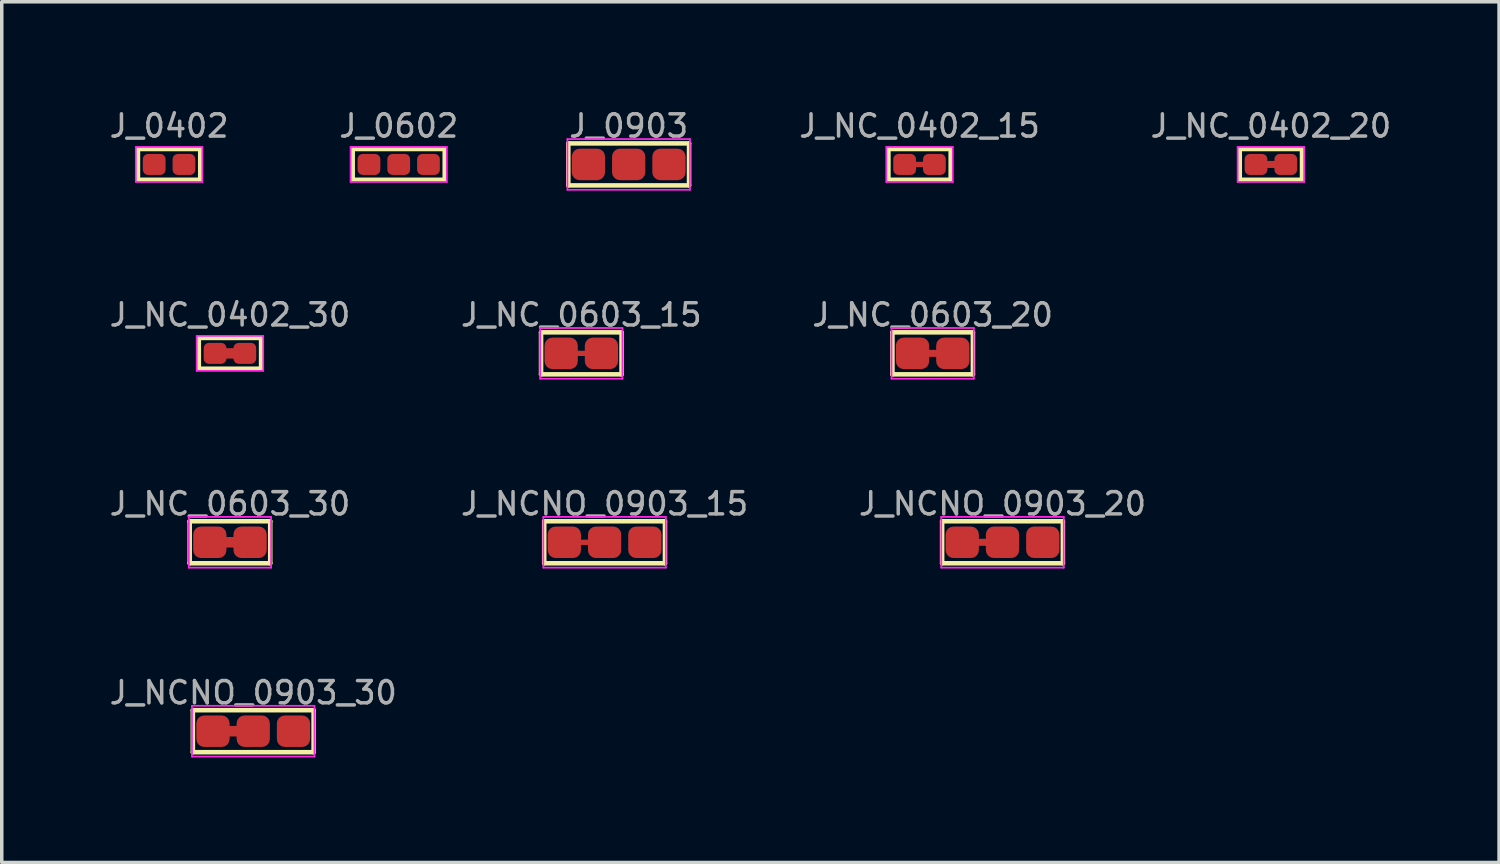
<source format=kicad_pcb>
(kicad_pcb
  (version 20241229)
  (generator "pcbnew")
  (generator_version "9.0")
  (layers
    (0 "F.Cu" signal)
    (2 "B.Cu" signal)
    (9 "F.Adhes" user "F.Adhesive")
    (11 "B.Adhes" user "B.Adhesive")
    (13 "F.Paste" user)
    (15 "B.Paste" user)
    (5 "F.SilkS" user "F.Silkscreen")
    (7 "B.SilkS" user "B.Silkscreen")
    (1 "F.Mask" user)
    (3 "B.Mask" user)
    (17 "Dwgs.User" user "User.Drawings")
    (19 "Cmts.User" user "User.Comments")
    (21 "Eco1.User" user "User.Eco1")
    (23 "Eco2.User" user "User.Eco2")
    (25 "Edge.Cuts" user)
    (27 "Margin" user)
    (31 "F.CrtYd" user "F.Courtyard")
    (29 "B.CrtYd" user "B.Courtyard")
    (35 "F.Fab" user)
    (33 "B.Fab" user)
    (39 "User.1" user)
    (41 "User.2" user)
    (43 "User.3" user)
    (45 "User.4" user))
  (footprint "J_NC_0402_30"
    (layer "F.Cu")
    (at 3.519 7.044)
    (property "Reference" "J_NC_0402_30" (at 0 -1.1 0) (layer "F.Fab") (effects (font (size 0.635 0.635) (thickness 0.1))))
    (attr smd)
    (fp_line (start -0.2 0) (end 0.2 0) (stroke (width 0.3) (type solid)) (layer "F.Cu"))
    (fp_poly (pts (xy -0.05 -0.2) (xy 0.05 -0.2) (xy 0.05 0.2) (xy -0.05 0.2)) (stroke (width 0.15) (type solid)) (fill yes) (layer "F.Mask"))
    (fp_line (start -0.89 -0.44) (end -0.89 0.44) (stroke (width 0.13) (type solid)) (layer "F.SilkS"))
    (fp_line (start -0.89 -0.44) (end 0.89 -0.44) (stroke (width 0.13) (type solid)) (layer "F.SilkS"))
    (fp_line (start 0.89 -0.44) (end 0.89 0.44) (stroke (width 0.13) (type solid)) (layer "F.SilkS"))
    (fp_line (start 0.89 0.44) (end -0.89 0.44) (stroke (width 0.13) (type solid)) (layer "F.SilkS"))
    (fp_line (start -0.95 -0.5) (end -0.95 0.5) (stroke (width 0.05) (type solid)) (layer "F.CrtYd"))
    (fp_line (start -0.95 -0.5) (end 0.95 -0.5) (stroke (width 0.05) (type solid)) (layer "F.CrtYd"))
    (fp_line (start -0.95 0.5) (end 0.95 0.5) (stroke (width 0.05) (type solid)) (layer "F.CrtYd"))
    (fp_line (start 0.95 -0.5) (end 0.95 0.5) (stroke (width 0.05) (type solid)) (layer "F.CrtYd"))
    (pad "1" smd roundrect (at -0.425 0) (size 0.65 0.6) (layers "F.Cu" "F.Mask") (roundrect_rratio 0.25))
    (pad "2" smd roundrect (at 0.425 0) (size 0.65 0.6) (layers "F.Cu" "F.Mask") (roundrect_rratio 0.25)))
  (footprint "J_NC_0402_20"
    (layer "F.Cu")
    (at 33.255 1.647)
    (property "Reference" "J_NC_0402_20" (at 0 -1.1 0) (layer "F.Fab") (effects (font (size 0.635 0.635) (thickness 0.1))))
    (attr smd)
    (fp_line (start -0.2 0) (end 0.2 0) (stroke (width 0.2) (type solid)) (layer "F.Cu"))
    (fp_poly (pts (xy -0.05 -0.2) (xy 0.05 -0.2) (xy 0.05 0.2) (xy -0.05 0.2)) (stroke (width 0.15) (type solid)) (fill yes) (layer "F.Mask"))
    (fp_line (start -0.89 -0.44) (end -0.89 0.44) (stroke (width 0.13) (type solid)) (layer "F.SilkS"))
    (fp_line (start -0.89 -0.44) (end 0.89 -0.44) (stroke (width 0.13) (type solid)) (layer "F.SilkS"))
    (fp_line (start 0.89 -0.44) (end 0.89 0.44) (stroke (width 0.13) (type solid)) (layer "F.SilkS"))
    (fp_line (start 0.89 0.44) (end -0.89 0.44) (stroke (width 0.13) (type solid)) (layer "F.SilkS"))
    (fp_line (start -0.95 -0.5) (end -0.95 0.5) (stroke (width 0.05) (type solid)) (layer "F.CrtYd"))
    (fp_line (start -0.95 -0.5) (end 0.95 -0.5) (stroke (width 0.05) (type solid)) (layer "F.CrtYd"))
    (fp_line (start -0.95 0.5) (end 0.95 0.5) (stroke (width 0.05) (type solid)) (layer "F.CrtYd"))
    (fp_line (start 0.95 -0.5) (end 0.95 0.5) (stroke (width 0.05) (type solid)) (layer "F.CrtYd"))
    (pad "1" smd roundrect (at -0.425 0) (size 0.65 0.6) (layers "F.Cu" "F.Mask") (roundrect_rratio 0.25))
    (pad "2" smd roundrect (at 0.425 0) (size 0.65 0.6) (layers "F.Cu" "F.Mask") (roundrect_rratio 0.25)))
  (footprint "J_NC_0603_30"
    (layer "F.Cu")
    (at 3.519 12.441)
    (property "Reference" "J_NC_0603_30" (at 0 -1.1 0) (layer "F.Fab") (effects (font (size 0.635 0.635) (thickness 0.1))))
    (attr smd)
    (fp_line (start -0.2 0) (end 0.2 0) (stroke (width 0.3) (type solid)) (layer "F.Cu"))
    (fp_poly (pts (xy -0.05 -0.25) (xy 0.05 -0.25) (xy 0.05 0.25) (xy -0.05 0.25)) (stroke (width 0.15) (type solid)) (fill yes) (layer "F.Mask"))
    (fp_line (start -1.15 -0.6) (end -1.15 0.6) (stroke (width 0.13) (type solid)) (layer "F.SilkS"))
    (fp_line (start -1.15 -0.6) (end 1.15 -0.6) (stroke (width 0.13) (type solid)) (layer "F.SilkS"))
    (fp_line (start 1.15 -0.6) (end 1.15 0.6) (stroke (width 0.13) (type solid)) (layer "F.SilkS"))
    (fp_line (start 1.15 0.6) (end -1.15 0.6) (stroke (width 0.13) (type solid)) (layer "F.SilkS"))
    (fp_line (start -1.175 -0.725) (end -1.175 0.725) (stroke (width 0.05) (type solid)) (layer "F.CrtYd"))
    (fp_line (start -1.175 -0.725) (end 1.175 -0.725) (stroke (width 0.05) (type solid)) (layer "F.CrtYd"))
    (fp_line (start -1.175 0.725) (end 1.175 0.725) (stroke (width 0.05) (type solid)) (layer "F.CrtYd"))
    (fp_line (start 1.175 -0.725) (end 1.175 0.725) (stroke (width 0.05) (type solid)) (layer "F.CrtYd"))
    (pad "1" smd roundrect (at -0.575 0) (size 0.95 0.9) (layers "F.Cu" "F.Mask") (roundrect_rratio 0.25))
    (pad "2" smd roundrect (at 0.575 0) (size 0.95 0.9) (layers "F.Cu" "F.Mask") (roundrect_rratio 0.25)))
  (footprint "J_NC_0603_15"
    (layer "F.Cu")
    (at 13.556 7.044)
    (property "Reference" "J_NC_0603_15" (at 0 -1.1 0) (layer "F.Fab") (effects (font (size 0.635 0.635) (thickness 0.1))))
    (attr smd)
    (fp_line (start -0.2 0) (end 0.2 0) (stroke (width 0.15) (type solid)) (layer "F.Cu"))
    (fp_poly (pts (xy -0.05 -0.25) (xy 0.05 -0.25) (xy 0.05 0.25) (xy -0.05 0.25)) (stroke (width 0.15) (type solid)) (fill yes) (layer "F.Mask"))
    (fp_line (start -1.15 -0.6) (end -1.15 0.6) (stroke (width 0.13) (type solid)) (layer "F.SilkS"))
    (fp_line (start -1.15 -0.6) (end 1.15 -0.6) (stroke (width 0.13) (type solid)) (layer "F.SilkS"))
    (fp_line (start 1.15 -0.6) (end 1.15 0.6) (stroke (width 0.13) (type solid)) (layer "F.SilkS"))
    (fp_line (start 1.15 0.6) (end -1.15 0.6) (stroke (width 0.13) (type solid)) (layer "F.SilkS"))
    (fp_line (start -1.175 -0.725) (end -1.175 0.725) (stroke (width 0.05) (type solid)) (layer "F.CrtYd"))
    (fp_line (start -1.175 -0.725) (end 1.175 -0.725) (stroke (width 0.05) (type solid)) (layer "F.CrtYd"))
    (fp_line (start -1.175 0.725) (end 1.175 0.725) (stroke (width 0.05) (type solid)) (layer "F.CrtYd"))
    (fp_line (start 1.175 -0.725) (end 1.175 0.725) (stroke (width 0.05) (type solid)) (layer "F.CrtYd"))
    (pad "1" smd roundrect (at -0.575 0) (size 0.95 0.9) (layers "F.Cu" "F.Mask") (roundrect_rratio 0.25))
    (pad "2" smd roundrect (at 0.575 0) (size 0.95 0.9) (layers "F.Cu" "F.Mask") (roundrect_rratio 0.25)))
  (footprint "J_NC_0402_15"
    (layer "F.Cu")
    (at 23.218 1.647)
    (property "Reference" "J_NC_0402_15" (at 0 -1.1 0) (layer "F.Fab") (effects (font (size 0.635 0.635) (thickness 0.1))))
    (attr smd)
    (fp_line (start -0.2 0) (end 0.2 0) (stroke (width 0.15) (type solid)) (layer "F.Cu"))
    (fp_poly (pts (xy -0.05 -0.2) (xy 0.05 -0.2) (xy 0.05 0.2) (xy -0.05 0.2)) (stroke (width 0.15) (type solid)) (fill yes) (layer "F.Mask"))
    (fp_line (start -0.89 -0.44) (end -0.89 0.44) (stroke (width 0.13) (type solid)) (layer "F.SilkS"))
    (fp_line (start -0.89 -0.44) (end 0.89 -0.44) (stroke (width 0.13) (type solid)) (layer "F.SilkS"))
    (fp_line (start 0.89 -0.44) (end 0.89 0.44) (stroke (width 0.13) (type solid)) (layer "F.SilkS"))
    (fp_line (start 0.89 0.44) (end -0.89 0.44) (stroke (width 0.13) (type solid)) (layer "F.SilkS"))
    (fp_line (start -0.95 -0.5) (end -0.95 0.5) (stroke (width 0.05) (type solid)) (layer "F.CrtYd"))
    (fp_line (start -0.95 -0.5) (end 0.95 -0.5) (stroke (width 0.05) (type solid)) (layer "F.CrtYd"))
    (fp_line (start -0.95 0.5) (end 0.95 0.5) (stroke (width 0.05) (type solid)) (layer "F.CrtYd"))
    (fp_line (start 0.95 -0.5) (end 0.95 0.5) (stroke (width 0.05) (type solid)) (layer "F.CrtYd"))
    (pad "1" smd roundrect (at -0.425 0) (size 0.65 0.6) (layers "F.Cu" "F.Mask") (roundrect_rratio 0.25))
    (pad "2" smd roundrect (at 0.425 0) (size 0.65 0.6) (layers "F.Cu" "F.Mask") (roundrect_rratio 0.25)))
  (footprint "J_0903"
    (layer "F.Cu")
    (at 14.909 1.647)
    (property "Reference" "J_0903" (at 0 -1.1 0) (layer "F.Fab") (effects (font (size 0.635 0.635) (thickness 0.1))))
    (attr smd)
    (fp_poly (pts (xy -0.625 -0.25) (xy -0.525 -0.25) (xy -0.525 0.25) (xy -0.625 0.25)) (stroke (width 0.15) (type solid)) (fill yes) (layer "F.Mask"))
    (fp_poly (pts (xy 0.525 -0.25) (xy 0.625 -0.25) (xy 0.625 0.25) (xy 0.525 0.25)) (stroke (width 0.15) (type solid)) (fill yes) (layer "F.Mask"))
    (fp_line (start -1.725 -0.6) (end -1.725 0.6) (stroke (width 0.13) (type solid)) (layer "F.SilkS"))
    (fp_line (start -1.725 -0.6) (end 1.725 -0.6) (stroke (width 0.13) (type solid)) (layer "F.SilkS"))
    (fp_line (start 1.725 -0.6) (end 1.725 0.6) (stroke (width 0.13) (type solid)) (layer "F.SilkS"))
    (fp_line (start 1.725 0.6) (end -1.725 0.6) (stroke (width 0.13) (type solid)) (layer "F.SilkS"))
    (fp_line (start -1.75 -0.725) (end -1.75 0.725) (stroke (width 0.05) (type solid)) (layer "F.CrtYd"))
    (fp_line (start -1.75 -0.725) (end 1.75 -0.725) (stroke (width 0.05) (type solid)) (layer "F.CrtYd"))
    (fp_line (start -1.75 0.725) (end 1.75 0.725) (stroke (width 0.05) (type solid)) (layer "F.CrtYd"))
    (fp_line (start 1.75 -0.725) (end 1.75 0.725) (stroke (width 0.05) (type solid)) (layer "F.CrtYd"))
    (pad "1" smd roundrect (at -1.15 0) (size 0.95 0.9) (layers "F.Cu" "F.Mask") (roundrect_rratio 0.25))
    (pad "2" smd roundrect (at 0 0) (size 0.95 0.9) (layers "F.Cu" "F.Mask") (roundrect_rratio 0.25))
    (pad "3" smd roundrect (at 1.15 0) (size 0.95 0.9) (layers "F.Cu" "F.Mask") (roundrect_rratio 0.25)))
  (footprint "J_NC_0603_20"
    (layer "F.Cu")
    (at 23.593 7.044)
    (property "Reference" "J_NC_0603_20" (at 0 -1.1 0) (layer "F.Fab") (effects (font (size 0.635 0.635) (thickness 0.1))))
    (attr smd)
    (fp_line (start -0.2 0) (end 0.2 0) (stroke (width 0.2) (type solid)) (layer "F.Cu"))
    (fp_poly (pts (xy -0.05 -0.25) (xy 0.05 -0.25) (xy 0.05 0.25) (xy -0.05 0.25)) (stroke (width 0.15) (type solid)) (fill yes) (layer "F.Mask"))
    (fp_line (start -1.15 -0.6) (end -1.15 0.6) (stroke (width 0.13) (type solid)) (layer "F.SilkS"))
    (fp_line (start -1.15 -0.6) (end 1.15 -0.6) (stroke (width 0.13) (type solid)) (layer "F.SilkS"))
    (fp_line (start 1.15 -0.6) (end 1.15 0.6) (stroke (width 0.13) (type solid)) (layer "F.SilkS"))
    (fp_line (start 1.15 0.6) (end -1.15 0.6) (stroke (width 0.13) (type solid)) (layer "F.SilkS"))
    (fp_line (start -1.175 -0.725) (end -1.175 0.725) (stroke (width 0.05) (type solid)) (layer "F.CrtYd"))
    (fp_line (start -1.175 -0.725) (end 1.175 -0.725) (stroke (width 0.05) (type solid)) (layer "F.CrtYd"))
    (fp_line (start -1.175 0.725) (end 1.175 0.725) (stroke (width 0.05) (type solid)) (layer "F.CrtYd"))
    (fp_line (start 1.175 -0.725) (end 1.175 0.725) (stroke (width 0.05) (type solid)) (layer "F.CrtYd"))
    (pad "1" smd roundrect (at -0.575 0) (size 0.95 0.9) (layers "F.Cu" "F.Mask") (roundrect_rratio 0.25))
    (pad "2" smd roundrect (at 0.575 0) (size 0.95 0.9) (layers "F.Cu" "F.Mask") (roundrect_rratio 0.25)))
  (footprint "J_0602"
    (layer "F.Cu")
    (at 8.34 1.647)
    (property "Reference" "J_0602" (at 0 -1.1 0) (layer "F.Fab") (effects (font (size 0.635 0.635) (thickness 0.1))))
    (attr smd)
    (fp_poly (pts (xy -0.5 -0.15) (xy -0.35 -0.15) (xy -0.35 0.15) (xy -0.5 0.15)) (stroke (width 0.15) (type solid)) (fill yes) (layer "F.Mask"))
    (fp_poly (pts (xy 0.35 -0.15) (xy 0.5 -0.15) (xy 0.5 0.15) (xy 0.35 0.15)) (stroke (width 0.15) (type solid)) (fill yes) (layer "F.Mask"))
    (fp_line (start -1.315 -0.44) (end -1.315 0.44) (stroke (width 0.13) (type solid)) (layer "F.SilkS"))
    (fp_line (start -1.315 -0.44) (end 1.315 -0.44) (stroke (width 0.13) (type solid)) (layer "F.SilkS"))
    (fp_line (start 1.315 -0.44) (end 1.315 0.44) (stroke (width 0.13) (type solid)) (layer "F.SilkS"))
    (fp_line (start 1.315 0.44) (end -1.315 0.44) (stroke (width 0.13) (type solid)) (layer "F.SilkS"))
    (fp_line (start -1.375 -0.5) (end -1.375 0.5) (stroke (width 0.05) (type solid)) (layer "F.CrtYd"))
    (fp_line (start -1.375 -0.5) (end 1.375 -0.5) (stroke (width 0.05) (type solid)) (layer "F.CrtYd"))
    (fp_line (start -1.375 0.5) (end 1.375 0.5) (stroke (width 0.05) (type solid)) (layer "F.CrtYd"))
    (fp_line (start 1.375 -0.5) (end 1.375 0.5) (stroke (width 0.05) (type solid)) (layer "F.CrtYd"))
    (pad "1" smd roundrect (at -0.85 0) (size 0.65 0.6) (layers "F.Cu" "F.Mask") (roundrect_rratio 0.25))
    (pad "2" smd roundrect (at 0 0) (size 0.65 0.6) (layers "F.Cu" "F.Mask") (roundrect_rratio 0.25))
    (pad "3" smd roundrect (at 0.85 0) (size 0.65 0.6) (layers "F.Cu" "F.Mask") (roundrect_rratio 0.25)))
  (footprint "J_NCNO_0903_20"
    (layer "F.Cu")
    (at 25.588 12.441)
    (property "Reference" "J_NCNO_0903_20" (at 0 -1.1 0) (layer "F.Fab") (effects (font (size 0.635 0.635) (thickness 0.1))))
    (attr smd)
    (fp_line (start -0.775 0) (end -0.375 0) (stroke (width 0.2) (type solid)) (layer "F.Cu"))
    (fp_poly (pts (xy -0.625 -0.25) (xy -0.525 -0.25) (xy -0.525 0.25) (xy -0.625 0.25)) (stroke (width 0.15) (type solid)) (fill yes) (layer "F.Mask"))
    (fp_poly (pts (xy 0.525 -0.25) (xy 0.625 -0.25) (xy 0.625 0.25) (xy 0.525 0.25)) (stroke (width 0.15) (type solid)) (fill yes) (layer "F.Mask"))
    (fp_line (start -1.725 -0.6) (end -1.725 0.6) (stroke (width 0.13) (type solid)) (layer "F.SilkS"))
    (fp_line (start -1.725 -0.6) (end 1.725 -0.6) (stroke (width 0.13) (type solid)) (layer "F.SilkS"))
    (fp_line (start 1.725 -0.6) (end 1.725 0.6) (stroke (width 0.13) (type solid)) (layer "F.SilkS"))
    (fp_line (start 1.725 0.6) (end -1.725 0.6) (stroke (width 0.13) (type solid)) (layer "F.SilkS"))
    (fp_line (start -1.75 -0.725) (end -1.75 0.725) (stroke (width 0.05) (type solid)) (layer "F.CrtYd"))
    (fp_line (start -1.75 -0.725) (end 1.75 -0.725) (stroke (width 0.05) (type solid)) (layer "F.CrtYd"))
    (fp_line (start -1.75 0.725) (end 1.75 0.725) (stroke (width 0.05) (type solid)) (layer "F.CrtYd"))
    (fp_line (start 1.75 -0.725) (end 1.75 0.725) (stroke (width 0.05) (type solid)) (layer "F.CrtYd"))
    (pad "1" smd roundrect (at -1.15 0) (size 0.95 0.9) (layers "F.Cu" "F.Mask") (roundrect_rratio 0.25))
    (pad "2" smd roundrect (at 0 0) (size 0.95 0.9) (layers "F.Cu" "F.Mask") (roundrect_rratio 0.25))
    (pad "3" smd roundrect (at 1.15 0) (size 0.95 0.9) (layers "F.Cu" "F.Mask") (roundrect_rratio 0.25)))
  (footprint "J_0402"
    (layer "F.Cu")
    (at 1.78 1.647)
    (property "Reference" "J_0402" (at 0 -1.1 0) (layer "F.Fab") (effects (font (size 0.635 0.635) (thickness 0.1))))
    (attr smd)
    (fp_poly (pts (xy -0.05 -0.2) (xy 0.05 -0.2) (xy 0.05 0.2) (xy -0.05 0.2)) (stroke (width 0.15) (type solid)) (fill yes) (layer "F.Mask"))
    (fp_line (start -0.89 -0.44) (end -0.89 0.44) (stroke (width 0.13) (type solid)) (layer "F.SilkS"))
    (fp_line (start -0.89 -0.44) (end 0.89 -0.44) (stroke (width 0.13) (type solid)) (layer "F.SilkS"))
    (fp_line (start 0.89 -0.44) (end 0.89 0.44) (stroke (width 0.13) (type solid)) (layer "F.SilkS"))
    (fp_line (start 0.89 0.44) (end -0.89 0.44) (stroke (width 0.13) (type solid)) (layer "F.SilkS"))
    (fp_line (start -0.95 -0.5) (end -0.95 0.5) (stroke (width 0.05) (type solid)) (layer "F.CrtYd"))
    (fp_line (start -0.95 -0.5) (end 0.95 -0.5) (stroke (width 0.05) (type solid)) (layer "F.CrtYd"))
    (fp_line (start -0.95 0.5) (end 0.95 0.5) (stroke (width 0.05) (type solid)) (layer "F.CrtYd"))
    (fp_line (start 0.95 -0.5) (end 0.95 0.5) (stroke (width 0.05) (type solid)) (layer "F.CrtYd"))
    (pad "1" smd roundrect (at -0.425 0) (size 0.65 0.6) (layers "F.Cu" "F.Mask") (roundrect_rratio 0.25))
    (pad "2" smd roundrect (at 0.425 0) (size 0.65 0.6) (layers "F.Cu" "F.Mask") (roundrect_rratio 0.25)))
  (footprint "J_NCNO_0903_15"
    (layer "F.Cu")
    (at 14.221 12.441)
    (property "Reference" "J_NCNO_0903_15" (at 0 -1.1 0) (layer "F.Fab") (effects (font (size 0.635 0.635) (thickness 0.1))))
    (attr smd)
    (fp_line (start -0.775 0) (end -0.375 0) (stroke (width 0.15) (type solid)) (layer "F.Cu"))
    (fp_poly (pts (xy -0.625 -0.25) (xy -0.525 -0.25) (xy -0.525 0.25) (xy -0.625 0.25)) (stroke (width 0.15) (type solid)) (fill yes) (layer "F.Mask"))
    (fp_poly (pts (xy 0.525 -0.25) (xy 0.625 -0.25) (xy 0.625 0.25) (xy 0.525 0.25)) (stroke (width 0.15) (type solid)) (fill yes) (layer "F.Mask"))
    (fp_line (start -1.725 -0.6) (end -1.725 0.6) (stroke (width 0.13) (type solid)) (layer "F.SilkS"))
    (fp_line (start -1.725 -0.6) (end 1.725 -0.6) (stroke (width 0.13) (type solid)) (layer "F.SilkS"))
    (fp_line (start 1.725 -0.6) (end 1.725 0.6) (stroke (width 0.13) (type solid)) (layer "F.SilkS"))
    (fp_line (start 1.725 0.6) (end -1.725 0.6) (stroke (width 0.13) (type solid)) (layer "F.SilkS"))
    (fp_line (start -1.75 -0.725) (end -1.75 0.725) (stroke (width 0.05) (type solid)) (layer "F.CrtYd"))
    (fp_line (start -1.75 -0.725) (end 1.75 -0.725) (stroke (width 0.05) (type solid)) (layer "F.CrtYd"))
    (fp_line (start -1.75 0.725) (end 1.75 0.725) (stroke (width 0.05) (type solid)) (layer "F.CrtYd"))
    (fp_line (start 1.75 -0.725) (end 1.75 0.725) (stroke (width 0.05) (type solid)) (layer "F.CrtYd"))
    (pad "1" smd roundrect (at -1.15 0) (size 0.95 0.9) (layers "F.Cu" "F.Mask") (roundrect_rratio 0.25))
    (pad "2" smd roundrect (at 0 0) (size 0.95 0.9) (layers "F.Cu" "F.Mask") (roundrect_rratio 0.25))
    (pad "3" smd roundrect (at 1.15 0) (size 0.95 0.9) (layers "F.Cu" "F.Mask") (roundrect_rratio 0.25)))
  (footprint "J_NCNO_0903_30"
    (layer "F.Cu")
    (at 4.184 17.838)
    (property "Reference" "J_NCNO_0903_30" (at 0 -1.1 0) (layer "F.Fab") (effects (font (size 0.635 0.635) (thickness 0.1))))
    (attr smd)
    (fp_line (start -0.775 0) (end -0.375 0) (stroke (width 0.3) (type solid)) (layer "F.Cu"))
    (fp_poly (pts (xy -0.625 -0.25) (xy -0.525 -0.25) (xy -0.525 0.25) (xy -0.625 0.25)) (stroke (width 0.15) (type solid)) (fill yes) (layer "F.Mask"))
    (fp_poly (pts (xy 0.525 -0.25) (xy 0.625 -0.25) (xy 0.625 0.25) (xy 0.525 0.25)) (stroke (width 0.15) (type solid)) (fill yes) (layer "F.Mask"))
    (fp_line (start -1.725 -0.6) (end -1.725 0.6) (stroke (width 0.13) (type solid)) (layer "F.SilkS"))
    (fp_line (start -1.725 -0.6) (end 1.725 -0.6) (stroke (width 0.13) (type solid)) (layer "F.SilkS"))
    (fp_line (start 1.725 -0.6) (end 1.725 0.6) (stroke (width 0.13) (type solid)) (layer "F.SilkS"))
    (fp_line (start 1.725 0.6) (end -1.725 0.6) (stroke (width 0.13) (type solid)) (layer "F.SilkS"))
    (fp_line (start -1.75 -0.725) (end -1.75 0.725) (stroke (width 0.05) (type solid)) (layer "F.CrtYd"))
    (fp_line (start -1.75 -0.725) (end 1.75 -0.725) (stroke (width 0.05) (type solid)) (layer "F.CrtYd"))
    (fp_line (start -1.75 0.725) (end 1.75 0.725) (stroke (width 0.05) (type solid)) (layer "F.CrtYd"))
    (fp_line (start 1.75 -0.725) (end 1.75 0.725) (stroke (width 0.05) (type solid)) (layer "F.CrtYd"))
    (pad "1" smd roundrect (at -1.15 0) (size 0.95 0.9) (layers "F.Cu" "F.Mask") (roundrect_rratio 0.25))
    (pad "2" smd roundrect (at 0 0) (size 0.95 0.9) (layers "F.Cu" "F.Mask") (roundrect_rratio 0.25))
    (pad "3" smd roundrect (at 1.15 0) (size 0.95 0.9) (layers "F.Cu" "F.Mask") (roundrect_rratio 0.25)))
  (gr_rect
    (start -3 -3)
    (end 39.773 21.588)
    (stroke (width 0.1) (type default))
    (fill no)
    (layer "Edge.Cuts")))
</source>
